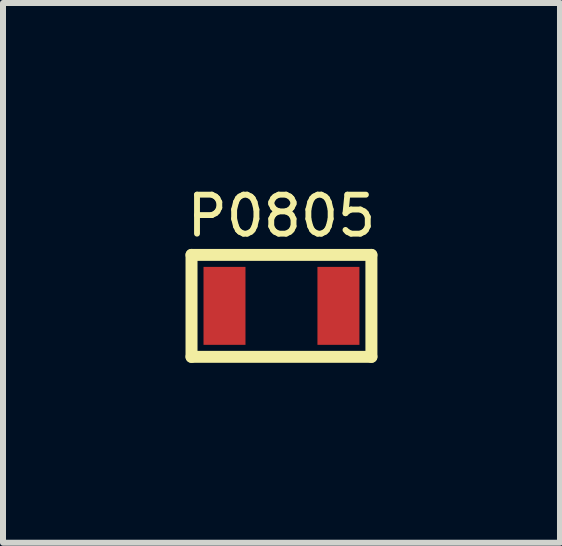
<source format=kicad_pcb>
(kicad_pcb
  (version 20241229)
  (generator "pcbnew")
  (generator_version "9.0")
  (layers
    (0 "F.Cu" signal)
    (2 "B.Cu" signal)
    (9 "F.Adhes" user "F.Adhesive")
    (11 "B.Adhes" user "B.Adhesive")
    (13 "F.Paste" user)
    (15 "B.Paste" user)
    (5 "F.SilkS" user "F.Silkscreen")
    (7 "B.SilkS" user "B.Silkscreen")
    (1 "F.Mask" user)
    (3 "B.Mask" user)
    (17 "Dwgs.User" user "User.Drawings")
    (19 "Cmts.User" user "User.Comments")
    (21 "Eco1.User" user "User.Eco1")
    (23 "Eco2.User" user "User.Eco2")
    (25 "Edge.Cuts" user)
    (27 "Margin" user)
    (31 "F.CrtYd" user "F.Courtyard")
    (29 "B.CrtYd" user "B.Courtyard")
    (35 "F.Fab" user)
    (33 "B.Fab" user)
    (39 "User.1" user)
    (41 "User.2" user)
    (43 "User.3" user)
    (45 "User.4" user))
  (footprint "P0805"
    (layer "F.Cu")
    (at 1.644 2.051)
    (property "Reference" "P0805" (at 0 -1.5 0) (layer "F.SilkS") (effects (font (size 0.65 0.65) (thickness 0.098))))
    (attr smd)
    (fp_line (start -1.5 -0.85) (end 1.5 -0.85) (stroke (width 0.2) (type solid)) (layer "F.SilkS"))
    (fp_line (start -1.5 0.85) (end -1.5 -0.85) (stroke (width 0.2) (type solid)) (layer "F.SilkS"))
    (fp_line (start 1.5 -0.85) (end 1.5 0.85) (stroke (width 0.2) (type solid)) (layer "F.SilkS"))
    (fp_line (start 1.5 0.85) (end -1.5 0.85) (stroke (width 0.2) (type solid)) (layer "F.SilkS"))
    (pad "1" smd rect (at -0.95 0) (size 0.7 1.3) (layers "F.Cu" "F.Mask" "F.Paste"))
    (pad "2" smd rect (at 0.95 0) (size 0.7 1.3) (layers "F.Cu" "F.Mask" "F.Paste")))
  (gr_rect
    (start -3 -3)
    (end 6.289 6.001)
    (stroke (width 0.1) (type default))
    (fill no)
    (layer "Edge.Cuts")))
</source>
